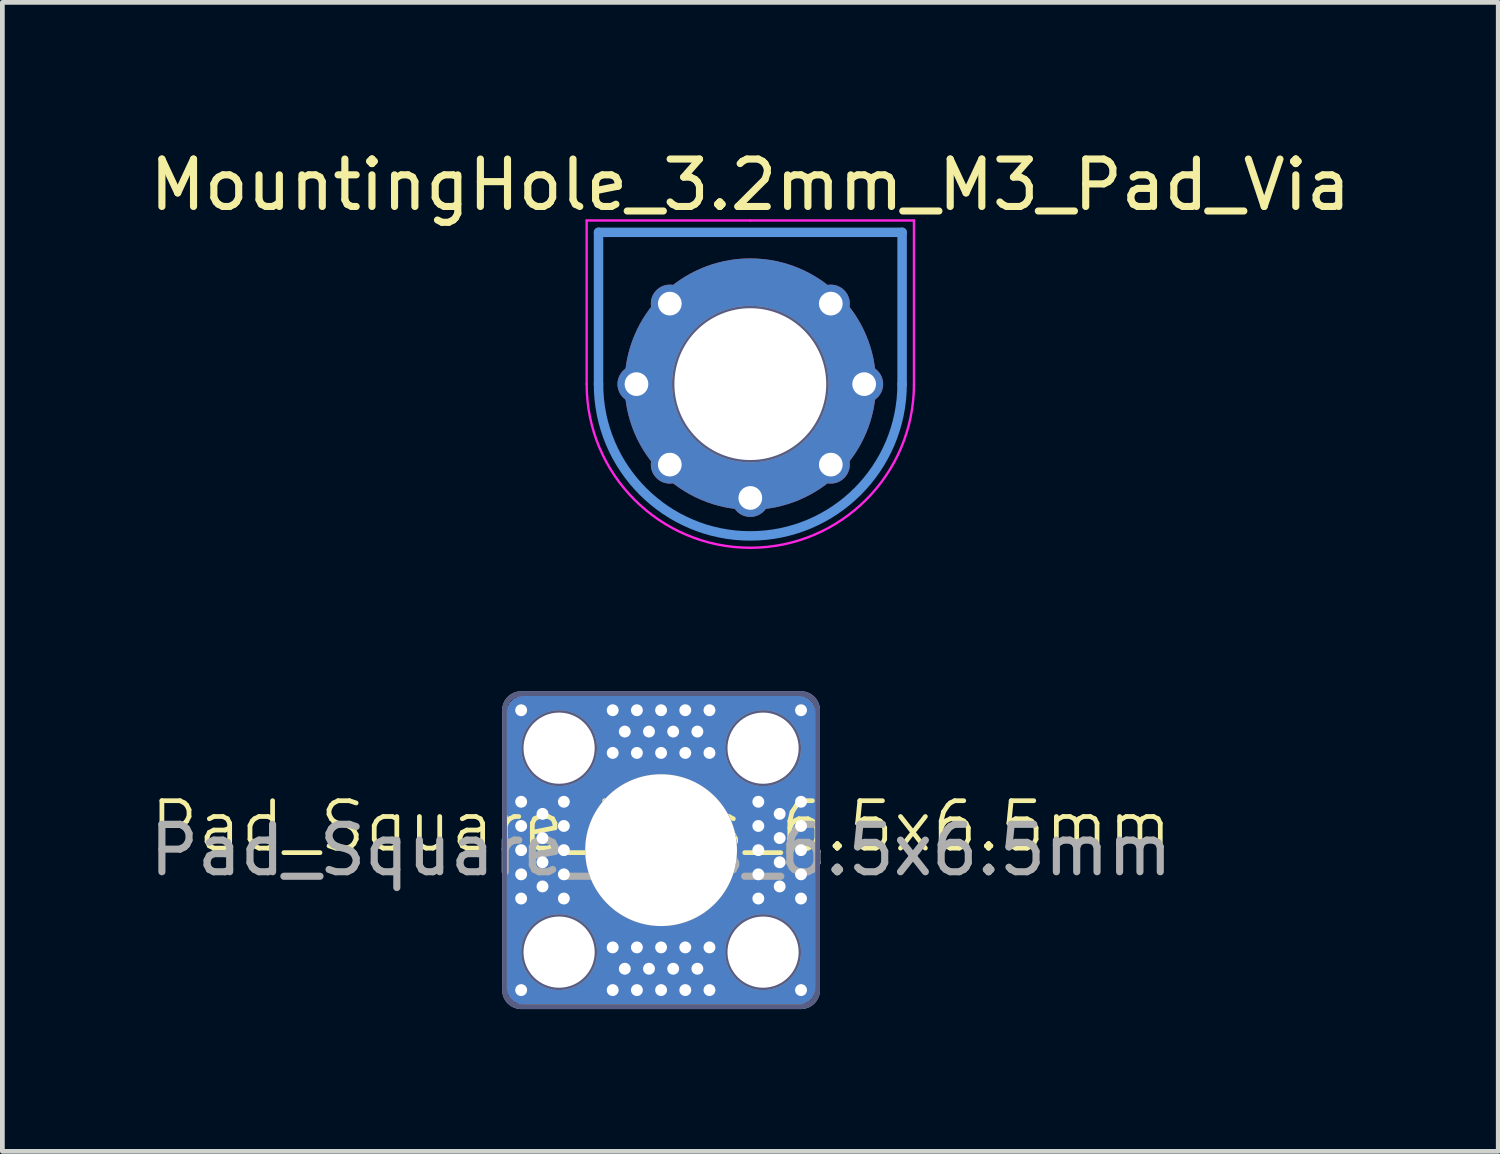
<source format=kicad_pcb>
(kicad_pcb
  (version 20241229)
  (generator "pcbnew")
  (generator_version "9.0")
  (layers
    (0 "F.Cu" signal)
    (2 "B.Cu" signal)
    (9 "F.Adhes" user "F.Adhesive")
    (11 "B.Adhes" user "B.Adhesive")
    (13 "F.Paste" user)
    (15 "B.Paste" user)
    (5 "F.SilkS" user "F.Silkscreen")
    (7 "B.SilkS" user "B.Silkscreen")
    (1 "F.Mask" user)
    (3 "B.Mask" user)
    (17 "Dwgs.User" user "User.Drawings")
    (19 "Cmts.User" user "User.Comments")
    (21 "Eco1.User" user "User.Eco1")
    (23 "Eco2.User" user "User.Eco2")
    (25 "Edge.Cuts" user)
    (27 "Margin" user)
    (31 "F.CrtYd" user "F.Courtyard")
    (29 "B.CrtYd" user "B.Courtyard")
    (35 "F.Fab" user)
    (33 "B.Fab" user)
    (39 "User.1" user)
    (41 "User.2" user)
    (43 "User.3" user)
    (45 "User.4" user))
  (footprint "Pad_Square_Vias_6.5x6.5mm"
    (layer "F.Cu")
    (at 10.887 14.873)
    (property "Reference" "Pad_Square_Vias_6.5x6.5mm" (at 0 -0.5 0) (unlocked yes) (layer "F.SilkS") (effects (font (size 1 1) (thickness 0.1))))
    (attr through_hole)
    (fp_line (start -3.3 -2.95) (end -3.3 2.95) (stroke (width 0.1) (type default)) (layer "B.Fab"))
    (fp_line (start -2.95 3.3) (end 2.95 3.3) (stroke (width 0.1) (type default)) (layer "B.Fab"))
    (fp_line (start 2.95 -3.3) (end -2.95 -3.3) (stroke (width 0.1) (type default)) (layer "B.Fab"))
    (fp_line (start 3.3 2.95) (end 3.3 -2.95) (stroke (width 0.1) (type default)) (layer "B.Fab"))
    (fp_arc (start -3.3 -2.95) (mid -3.197487 -3.197487) (end -2.95 -3.3) (stroke (width 0.1) (type default)) (layer "B.Fab"))
    (fp_arc (start -2.95 3.3) (mid -3.197488 3.197488) (end -3.3 2.95) (stroke (width 0.1) (type default)) (layer "B.Fab"))
    (fp_arc (start 2.95 -3.3) (mid 3.197487 -3.197487) (end 3.3 -2.95) (stroke (width 0.1) (type default)) (layer "B.Fab"))
    (fp_arc (start 3.3 2.95) (mid 3.197488 3.197488) (end 2.95 3.3) (stroke (width 0.1) (type default)) (layer "B.Fab"))
    (fp_circle (center -2.15 -2.15) (end -1.4 -2.15) (stroke (width 0.1) (type default)) (fill no) (layer "B.Fab"))
    (fp_circle (center -2.15 2.15) (end -1.4 2.15) (stroke (width 0.1) (type default)) (fill no) (layer "B.Fab"))
    (fp_circle (center 0 0) (end 1.55 0) (stroke (width 0.1) (type default)) (fill no) (layer "B.Fab"))
    (fp_circle (center 2.15 -2.15) (end 2.9 -2.15) (stroke (width 0.1) (type default)) (fill no) (layer "B.Fab"))
    (fp_circle (center 2.15 2.15) (end 2.9 2.15) (stroke (width 0.1) (type default)) (fill no) (layer "B.Fab"))
    (fp_line (start -3.3 -2.95) (end -3.3 2.95) (stroke (width 0.1) (type default)) (layer "F.Fab"))
    (fp_line (start -2.95 3.3) (end 2.95 3.3) (stroke (width 0.1) (type default)) (layer "F.Fab"))
    (fp_line (start 2.95 -3.3) (end -2.95 -3.3) (stroke (width 0.1) (type default)) (layer "F.Fab"))
    (fp_line (start 3.3 2.95) (end 3.3 -2.95) (stroke (width 0.1) (type default)) (layer "F.Fab"))
    (fp_arc (start -3.3 -2.95) (mid -3.197487 -3.197487) (end -2.95 -3.3) (stroke (width 0.1) (type default)) (layer "F.Fab"))
    (fp_arc (start -2.95 3.3) (mid -3.197487 3.197487) (end -3.3 2.95) (stroke (width 0.1) (type default)) (layer "F.Fab"))
    (fp_arc (start 2.95 -3.3) (mid 3.197487 -3.197487) (end 3.3 -2.95) (stroke (width 0.1) (type default)) (layer "F.Fab"))
    (fp_arc (start 3.3 2.95) (mid 3.197487 3.197487) (end 2.95 3.3) (stroke (width 0.1) (type default)) (layer "F.Fab"))
    (fp_circle (center -2.15 -2.15) (end -2.15 -1.4) (stroke (width 0.1) (type default)) (fill no) (layer "F.Fab"))
    (fp_circle (center -2.15 2.15) (end -2.15 2.9) (stroke (width 0.1) (type default)) (fill no) (layer "F.Fab"))
    (fp_circle (center 0 0) (end 0 1.55) (stroke (width 0.1) (type default)) (fill no) (layer "F.Fab"))
    (fp_circle (center 2.15 -2.15) (end 2.15 -1.4) (stroke (width 0.1) (type default)) (fill no) (layer "F.Fab"))
    (fp_circle (center 2.15 2.15) (end 2.15 2.9) (stroke (width 0.1) (type default)) (fill no) (layer "F.Fab"))
    (fp_text user "${REFERENCE}" (at 0 0 0) (layer "F.Fab") (effects (font (size 1 1) (thickness 0.15))))
    (pad "1" thru_hole circle (at -2.95 -2.95 180) (size 0.55 0.55) (drill 0.25) (layers "*.Cu"))
    (pad "1" thru_hole circle (at -2.95 -1.02 90) (size 0.55 0.55) (drill 0.25) (layers "*.Cu"))
    (pad "1" thru_hole circle (at -2.95 -0.51 90) (size 0.55 0.55) (drill 0.25) (layers "*.Cu"))
    (pad "1" thru_hole circle (at -2.95 0 90) (size 0.55 0.55) (drill 0.25) (layers "*.Cu"))
    (pad "1" thru_hole circle (at -2.95 0.51 90) (size 0.55 0.55) (drill 0.25) (layers "*.Cu"))
    (pad "1" thru_hole circle (at -2.95 1.02 90) (size 0.55 0.55) (drill 0.25) (layers "*.Cu"))
    (pad "1" thru_hole circle (at -2.95 2.95 180) (size 0.55 0.55) (drill 0.25) (layers "*.Cu"))
    (pad "1" thru_hole circle (at -2.5 -0.765 90) (size 0.55 0.55) (drill 0.25) (layers "*.Cu"))
    (pad "1" thru_hole circle (at -2.5 -0.255 90) (size 0.55 0.55) (drill 0.25) (layers "*.Cu"))
    (pad "1" thru_hole circle (at -2.5 0.255 90) (size 0.55 0.55) (drill 0.25) (layers "*.Cu"))
    (pad "1" thru_hole circle (at -2.5 0.765 90) (size 0.55 0.55) (drill 0.25) (layers "*.Cu"))
    (pad "1" thru_hole circle (at -2.15 -2.15 180) (size 2 2) (drill 1.5) (layers "*.Cu"))
    (pad "1" thru_hole circle (at -2.15 2.15 180) (size 2 2) (drill 1.5) (layers "*.Cu"))
    (pad "1" thru_hole circle (at -2.05 -1.02 90) (size 0.55 0.55) (drill 0.25) (layers "*.Cu"))
    (pad "1" thru_hole circle (at -2.05 -0.51 90) (size 0.55 0.55) (drill 0.25) (layers "*.Cu"))
    (pad "1" thru_hole circle (at -2.05 0 90) (size 0.55 0.55) (drill 0.25) (layers "*.Cu"))
    (pad "1" thru_hole circle (at -2.05 0.51 90) (size 0.55 0.55) (drill 0.25) (layers "*.Cu"))
    (pad "1" thru_hole circle (at -2.05 1.02 90) (size 0.55 0.55) (drill 0.25) (layers "*.Cu"))
    (pad "1" thru_hole circle (at -1.02 -2.95) (size 0.55 0.55) (drill 0.25) (layers "*.Cu"))
    (pad "1" thru_hole circle (at -1.02 -2.05) (size 0.55 0.55) (drill 0.25) (layers "*.Cu"))
    (pad "1" thru_hole circle (at -1.02 2.05) (size 0.55 0.55) (drill 0.25) (layers "*.Cu"))
    (pad "1" thru_hole circle (at -1.02 2.95) (size 0.55 0.55) (drill 0.25) (layers "*.Cu"))
    (pad "1" thru_hole circle (at -0.765 -2.5) (size 0.55 0.55) (drill 0.25) (layers "*.Cu"))
    (pad "1" thru_hole circle (at -0.765 2.5) (size 0.55 0.55) (drill 0.25) (layers "*.Cu"))
    (pad "1" thru_hole circle (at -0.51 -2.95) (size 0.55 0.55) (drill 0.25) (layers "*.Cu"))
    (pad "1" thru_hole circle (at -0.51 -2.05) (size 0.55 0.55) (drill 0.25) (layers "*.Cu"))
    (pad "1" thru_hole circle (at -0.51 2.05) (size 0.55 0.55) (drill 0.25) (layers "*.Cu"))
    (pad "1" thru_hole circle (at -0.51 2.95) (size 0.55 0.55) (drill 0.25) (layers "*.Cu"))
    (pad "1" thru_hole circle (at -0.255 -2.5) (size 0.55 0.55) (drill 0.25) (layers "*.Cu"))
    (pad "1" thru_hole circle (at -0.255 2.5) (size 0.55 0.55) (drill 0.25) (layers "*.Cu"))
    (pad "1" thru_hole circle (at 0 -2.95) (size 0.55 0.55) (drill 0.25) (layers "*.Cu"))
    (pad "1" thru_hole circle (at 0 -2.05) (size 0.55 0.55) (drill 0.25) (layers "*.Cu"))
    (pad "1" thru_hole roundrect (at 0 0) (size 6.5 6.5) (drill 3.2) (layers "*.Cu" "*.Mask") (roundrect_rratio 0.05))
    (pad "1" thru_hole circle (at 0 2.05) (size 0.55 0.55) (drill 0.25) (layers "*.Cu"))
    (pad "1" thru_hole circle (at 0 2.95) (size 0.55 0.55) (drill 0.25) (layers "*.Cu"))
    (pad "1" thru_hole circle (at 0.255 -2.5) (size 0.55 0.55) (drill 0.25) (layers "*.Cu"))
    (pad "1" thru_hole circle (at 0.255 2.5) (size 0.55 0.55) (drill 0.25) (layers "*.Cu"))
    (pad "1" thru_hole circle (at 0.51 -2.95) (size 0.55 0.55) (drill 0.25) (layers "*.Cu"))
    (pad "1" thru_hole circle (at 0.51 -2.05) (size 0.55 0.55) (drill 0.25) (layers "*.Cu"))
    (pad "1" thru_hole circle (at 0.51 2.05) (size 0.55 0.55) (drill 0.25) (layers "*.Cu"))
    (pad "1" thru_hole circle (at 0.51 2.95) (size 0.55 0.55) (drill 0.25) (layers "*.Cu"))
    (pad "1" thru_hole circle (at 0.765 -2.5) (size 0.55 0.55) (drill 0.25) (layers "*.Cu"))
    (pad "1" thru_hole circle (at 0.765 2.5) (size 0.55 0.55) (drill 0.25) (layers "*.Cu"))
    (pad "1" thru_hole circle (at 1.02 -2.95) (size 0.55 0.55) (drill 0.25) (layers "*.Cu"))
    (pad "1" thru_hole circle (at 1.02 -2.05) (size 0.55 0.55) (drill 0.25) (layers "*.Cu"))
    (pad "1" thru_hole circle (at 1.02 2.05) (size 0.55 0.55) (drill 0.25) (layers "*.Cu"))
    (pad "1" thru_hole circle (at 1.02 2.95) (size 0.55 0.55) (drill 0.25) (layers "*.Cu"))
    (pad "1" thru_hole circle (at 2.05 -1.02 270) (size 0.55 0.55) (drill 0.25) (layers "*.Cu"))
    (pad "1" thru_hole circle (at 2.05 -0.51 270) (size 0.55 0.55) (drill 0.25) (layers "*.Cu"))
    (pad "1" thru_hole circle (at 2.05 0 270) (size 0.55 0.55) (drill 0.25) (layers "*.Cu"))
    (pad "1" thru_hole circle (at 2.05 0.51 270) (size 0.55 0.55) (drill 0.25) (layers "*.Cu"))
    (pad "1" thru_hole circle (at 2.05 1.02 270) (size 0.55 0.55) (drill 0.25) (layers "*.Cu"))
    (pad "1" thru_hole circle (at 2.15 -2.15 180) (size 2 2) (drill 1.5) (layers "*.Cu"))
    (pad "1" thru_hole circle (at 2.15 2.15 180) (size 2 2) (drill 1.5) (layers "*.Cu"))
    (pad "1" thru_hole circle (at 2.5 -0.765 270) (size 0.55 0.55) (drill 0.25) (layers "*.Cu"))
    (pad "1" thru_hole circle (at 2.5 -0.255 270) (size 0.55 0.55) (drill 0.25) (layers "*.Cu"))
    (pad "1" thru_hole circle (at 2.5 0.255 270) (size 0.55 0.55) (drill 0.25) (layers "*.Cu"))
    (pad "1" thru_hole circle (at 2.5 0.765 270) (size 0.55 0.55) (drill 0.25) (layers "*.Cu"))
    (pad "1" thru_hole circle (at 2.95 -2.95 180) (size 0.55 0.55) (drill 0.25) (layers "*.Cu"))
    (pad "1" thru_hole circle (at 2.95 -1.02 270) (size 0.55 0.55) (drill 0.25) (layers "*.Cu"))
    (pad "1" thru_hole circle (at 2.95 -0.51 270) (size 0.55 0.55) (drill 0.25) (layers "*.Cu"))
    (pad "1" thru_hole circle (at 2.95 0 270) (size 0.55 0.55) (drill 0.25) (layers "*.Cu"))
    (pad "1" thru_hole circle (at 2.95 0.51 270) (size 0.55 0.55) (drill 0.25) (layers "*.Cu"))
    (pad "1" thru_hole circle (at 2.95 1.02 270) (size 0.55 0.55) (drill 0.25) (layers "*.Cu"))
    (pad "1" thru_hole circle (at 2.95 2.95 180) (size 0.55 0.55) (drill 0.25) (layers "*.Cu")))
  (footprint "MountingHole_3.2mm_M3_Pad_Via"
    (layer "F.Cu")
    (at 12.768 5.048)
    (property "Reference" "MountingHole_3.2mm_M3_Pad_Via" (at 0 -4.2 0) (layer "F.SilkS") (effects (font (size 1 1) (thickness 0.15))))
    (attr exclude_from_pos_files exclude_from_bom)
    (fp_line (start -3.2 0) (end -3.2 -3.2) (stroke (width 0.2) (type default)) (layer "Cmts.User"))
    (fp_line (start 3.2 -3.2) (end -3.2 -3.2) (stroke (width 0.2) (type default)) (layer "Cmts.User"))
    (fp_line (start 3.2 0) (end 3.2 -3.2) (stroke (width 0.2) (type default)) (layer "Cmts.User"))
    (fp_arc (start 3.2 0) (mid 0 3.2) (end -3.2 0) (stroke (width 0.2) (type default)) (layer "Cmts.User"))
    (fp_line (start -3.45 -3.45) (end -3.45 0) (stroke (width 0.05) (type default)) (layer "F.CrtYd"))
    (fp_line (start 0 -3.45) (end -3.45 -3.45) (stroke (width 0.05) (type default)) (layer "F.CrtYd"))
    (fp_line (start 0 -3.45) (end 3.45 -3.45) (stroke (width 0.05) (type default)) (layer "F.CrtYd"))
    (fp_line (start 3.45 -3.45) (end 3.45 0) (stroke (width 0.05) (type default)) (layer "F.CrtYd"))
    (fp_arc (start 3.45 0) (mid 0 3.45) (end -3.45 0) (stroke (width 0.05) (type default)) (layer "F.CrtYd"))
    (fp_circle (center 0 0) (end 1.6 0) (stroke (width 0.1) (type default)) (fill no) (layer "B.Fab"))
    (fp_circle (center 0 0) (end 1.6 0) (stroke (width 0.1) (type default)) (fill no) (layer "F.Fab"))
    (pad "1" thru_hole circle (at -2.4 0) (size 0.8 0.8) (drill 0.5) (layers "*.Cu" "*.Mask"))
    (pad "1" thru_hole circle (at -1.697 -1.697) (size 0.8 0.8) (drill 0.5) (layers "*.Cu" "*.Mask"))
    (pad "1" thru_hole circle (at -1.697 1.697) (size 0.8 0.8) (drill 0.5) (layers "*.Cu" "*.Mask"))
    (pad "1" thru_hole circle (at 0 0) (size 5.3 5.3) (drill 3.2) (layers "*.Cu" "*.Mask"))
    (pad "1" thru_hole circle (at 0 2.4) (size 0.8 0.8) (drill 0.5) (layers "*.Cu" "*.Mask"))
    (pad "1" thru_hole circle (at 1.697 -1.697) (size 0.8 0.8) (drill 0.5) (layers "*.Cu" "*.Mask"))
    (pad "1" thru_hole circle (at 1.697 1.697) (size 0.8 0.8) (drill 0.5) (layers "*.Cu" "*.Mask"))
    (pad "1" thru_hole circle (at 2.4 0) (size 0.8 0.8) (drill 0.5) (layers "*.Cu" "*.Mask")))
  (gr_rect
    (start -3 -3)
    (end 28.536 21.223)
    (stroke (width 0.1) (type default))
    (fill no)
    (layer "Edge.Cuts")))
</source>
